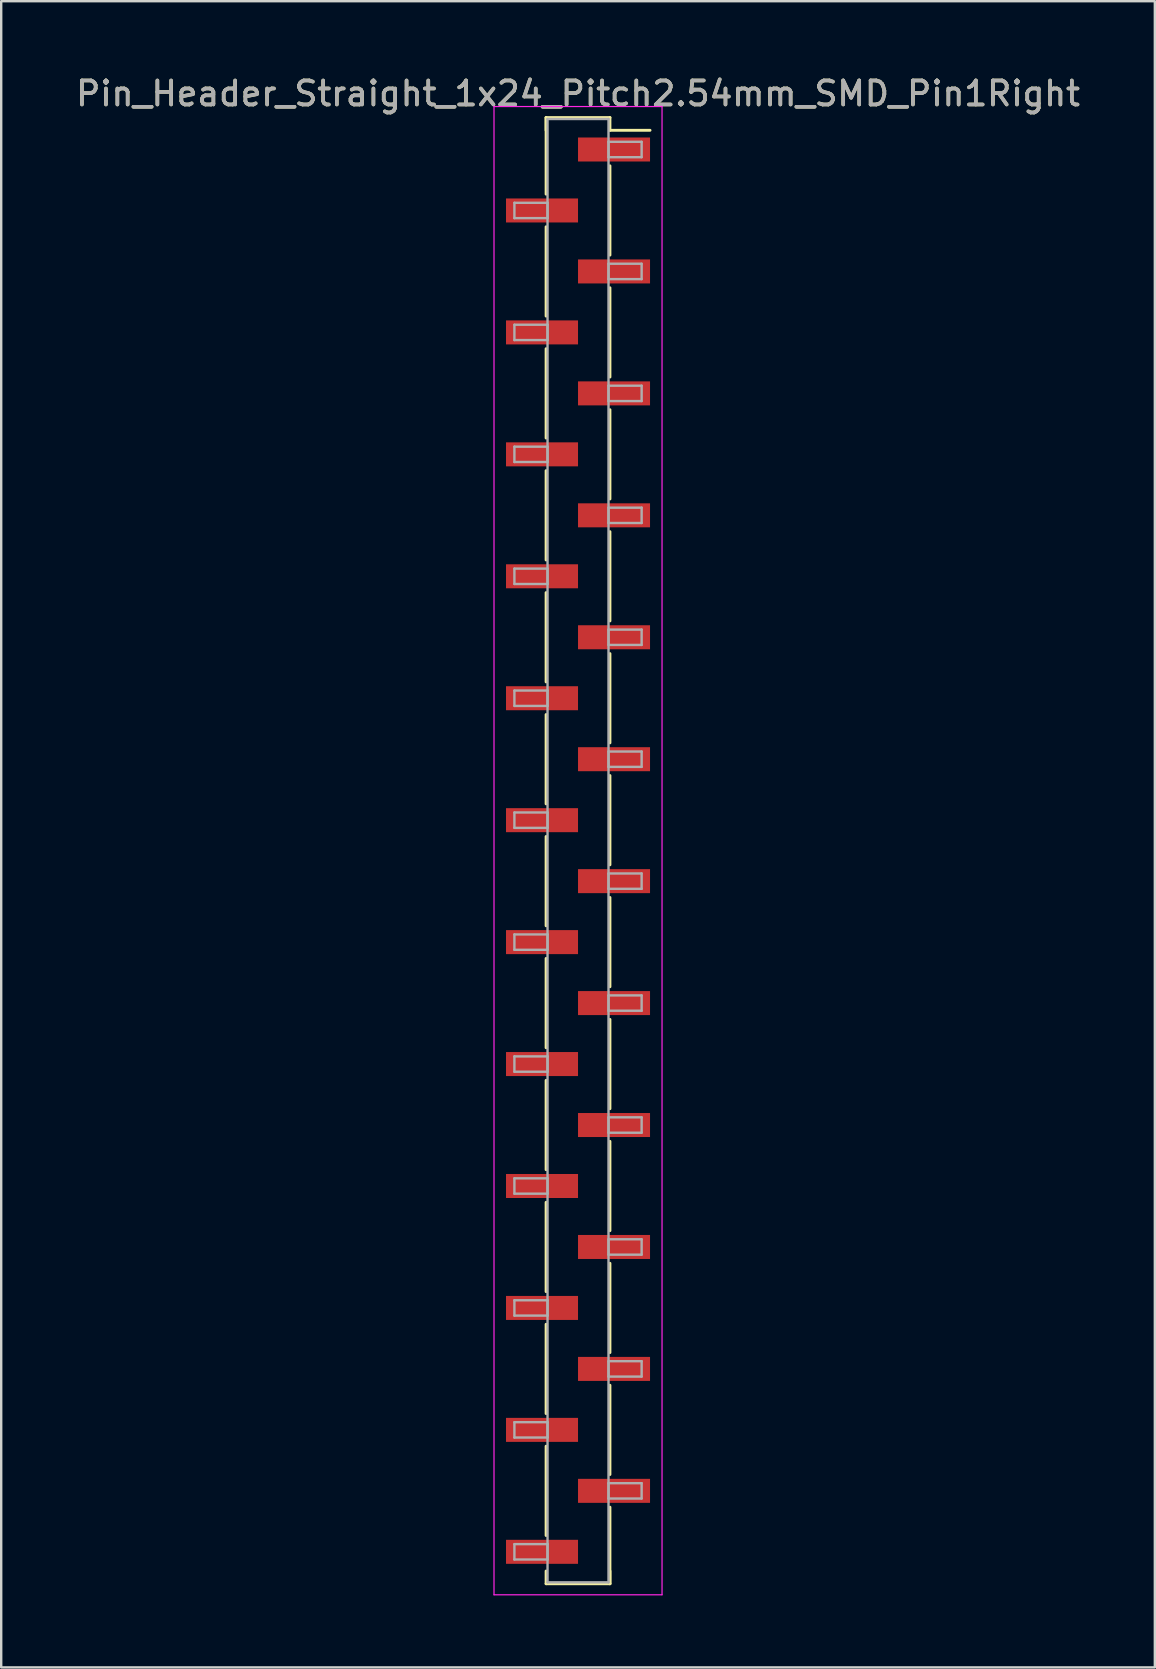
<source format=kicad_pcb>
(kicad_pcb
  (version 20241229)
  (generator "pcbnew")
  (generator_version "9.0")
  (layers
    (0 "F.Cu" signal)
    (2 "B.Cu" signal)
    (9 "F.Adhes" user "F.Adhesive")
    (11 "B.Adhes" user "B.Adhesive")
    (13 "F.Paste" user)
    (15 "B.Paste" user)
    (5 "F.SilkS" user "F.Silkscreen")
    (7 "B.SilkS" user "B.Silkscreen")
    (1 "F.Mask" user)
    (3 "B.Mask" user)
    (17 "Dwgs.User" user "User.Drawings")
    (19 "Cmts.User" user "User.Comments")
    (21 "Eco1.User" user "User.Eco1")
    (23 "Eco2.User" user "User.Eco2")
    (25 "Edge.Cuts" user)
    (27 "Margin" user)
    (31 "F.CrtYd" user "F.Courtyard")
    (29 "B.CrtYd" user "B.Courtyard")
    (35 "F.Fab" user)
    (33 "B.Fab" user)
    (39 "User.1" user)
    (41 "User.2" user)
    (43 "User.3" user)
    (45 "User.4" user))
  (footprint "Pin_Header_Straight_1x24_Pitch2.54mm_SMD_Pin1Right"
    (layer "F.Cu")
    (at 21.03 32.388)
    (property "Reference" "Pin_Header_Straight_1x24_Pitch2.54mm_SMD_Pin1Right" (at 0 -31.54 0) (layer "F.SilkS") (effects (font (size 1 1) (thickness 0.15))))
    (attr smd)
    (fp_line (start -1.33 -30.54) (end -1.33 -27.35) (stroke (width 0.12) (type solid)) (layer "F.SilkS"))
    (fp_line (start -1.33 -30.54) (end 1.33 -30.54) (stroke (width 0.12) (type solid)) (layer "F.SilkS"))
    (fp_line (start -1.33 -30.01) (end -1.33 -30.54) (stroke (width 0.12) (type solid)) (layer "F.SilkS"))
    (fp_line (start -1.33 -25.99) (end -1.33 -22.27) (stroke (width 0.12) (type solid)) (layer "F.SilkS"))
    (fp_line (start -1.33 -20.91) (end -1.33 -17.19) (stroke (width 0.12) (type solid)) (layer "F.SilkS"))
    (fp_line (start -1.33 -15.83) (end -1.33 -12.11) (stroke (width 0.12) (type solid)) (layer "F.SilkS"))
    (fp_line (start -1.33 -10.75) (end -1.33 -7.03) (stroke (width 0.12) (type solid)) (layer "F.SilkS"))
    (fp_line (start -1.33 -5.67) (end -1.33 -1.95) (stroke (width 0.12) (type solid)) (layer "F.SilkS"))
    (fp_line (start -1.33 -0.59) (end -1.33 3.13) (stroke (width 0.12) (type solid)) (layer "F.SilkS"))
    (fp_line (start -1.33 4.49) (end -1.33 8.21) (stroke (width 0.12) (type solid)) (layer "F.SilkS"))
    (fp_line (start -1.33 9.57) (end -1.33 13.29) (stroke (width 0.12) (type solid)) (layer "F.SilkS"))
    (fp_line (start -1.33 14.65) (end -1.33 18.37) (stroke (width 0.12) (type solid)) (layer "F.SilkS"))
    (fp_line (start -1.33 19.73) (end -1.33 23.45) (stroke (width 0.12) (type solid)) (layer "F.SilkS"))
    (fp_line (start -1.33 24.81) (end -1.33 28.53) (stroke (width 0.12) (type solid)) (layer "F.SilkS"))
    (fp_line (start -1.33 30.01) (end -1.33 30.54) (stroke (width 0.12) (type solid)) (layer "F.SilkS"))
    (fp_line (start -1.33 30.54) (end 1.33 30.54) (stroke (width 0.12) (type solid)) (layer "F.SilkS"))
    (fp_line (start 1.33 -30.54) (end 1.33 -30.01) (stroke (width 0.12) (type solid)) (layer "F.SilkS"))
    (fp_line (start 1.33 -30.01) (end 3 -30.01) (stroke (width 0.12) (type solid)) (layer "F.SilkS"))
    (fp_line (start 1.33 -28.53) (end 1.33 -24.81) (stroke (width 0.12) (type solid)) (layer "F.SilkS"))
    (fp_line (start 1.33 -23.45) (end 1.33 -19.73) (stroke (width 0.12) (type solid)) (layer "F.SilkS"))
    (fp_line (start 1.33 -18.37) (end 1.33 -14.65) (stroke (width 0.12) (type solid)) (layer "F.SilkS"))
    (fp_line (start 1.33 -13.29) (end 1.33 -9.57) (stroke (width 0.12) (type solid)) (layer "F.SilkS"))
    (fp_line (start 1.33 -8.21) (end 1.33 -4.49) (stroke (width 0.12) (type solid)) (layer "F.SilkS"))
    (fp_line (start 1.33 -3.13) (end 1.33 0.59) (stroke (width 0.12) (type solid)) (layer "F.SilkS"))
    (fp_line (start 1.33 1.95) (end 1.33 5.67) (stroke (width 0.12) (type solid)) (layer "F.SilkS"))
    (fp_line (start 1.33 7.03) (end 1.33 10.75) (stroke (width 0.12) (type solid)) (layer "F.SilkS"))
    (fp_line (start 1.33 12.11) (end 1.33 15.83) (stroke (width 0.12) (type solid)) (layer "F.SilkS"))
    (fp_line (start 1.33 17.19) (end 1.33 20.91) (stroke (width 0.12) (type solid)) (layer "F.SilkS"))
    (fp_line (start 1.33 22.27) (end 1.33 25.99) (stroke (width 0.12) (type solid)) (layer "F.SilkS"))
    (fp_line (start 1.33 27.35) (end 1.33 30.54) (stroke (width 0.12) (type solid)) (layer "F.SilkS"))
    (fp_line (start 1.33 30.54) (end 1.33 30.01) (stroke (width 0.12) (type solid)) (layer "F.SilkS"))
    (fp_line (start -3.5 -31) (end -3.5 31) (stroke (width 0.05) (type solid)) (layer "F.CrtYd"))
    (fp_line (start -3.5 31) (end 3.5 31) (stroke (width 0.05) (type solid)) (layer "F.CrtYd"))
    (fp_line (start 3.5 -31) (end -3.5 -31) (stroke (width 0.05) (type solid)) (layer "F.CrtYd"))
    (fp_line (start 3.5 31) (end 3.5 -31) (stroke (width 0.05) (type solid)) (layer "F.CrtYd"))
    (fp_line (start -2.65 -26.99) (end -1.27 -26.99) (stroke (width 0.1) (type solid)) (layer "F.Fab"))
    (fp_line (start -2.65 -26.35) (end -2.65 -26.99) (stroke (width 0.1) (type solid)) (layer "F.Fab"))
    (fp_line (start -2.65 -21.91) (end -1.27 -21.91) (stroke (width 0.1) (type solid)) (layer "F.Fab"))
    (fp_line (start -2.65 -21.27) (end -2.65 -21.91) (stroke (width 0.1) (type solid)) (layer "F.Fab"))
    (fp_line (start -2.65 -16.83) (end -1.27 -16.83) (stroke (width 0.1) (type solid)) (layer "F.Fab"))
    (fp_line (start -2.65 -16.19) (end -2.65 -16.83) (stroke (width 0.1) (type solid)) (layer "F.Fab"))
    (fp_line (start -2.65 -11.75) (end -1.27 -11.75) (stroke (width 0.1) (type solid)) (layer "F.Fab"))
    (fp_line (start -2.65 -11.11) (end -2.65 -11.75) (stroke (width 0.1) (type solid)) (layer "F.Fab"))
    (fp_line (start -2.65 -6.67) (end -1.27 -6.67) (stroke (width 0.1) (type solid)) (layer "F.Fab"))
    (fp_line (start -2.65 -6.03) (end -2.65 -6.67) (stroke (width 0.1) (type solid)) (layer "F.Fab"))
    (fp_line (start -2.65 -1.59) (end -1.27 -1.59) (stroke (width 0.1) (type solid)) (layer "F.Fab"))
    (fp_line (start -2.65 -0.95) (end -2.65 -1.59) (stroke (width 0.1) (type solid)) (layer "F.Fab"))
    (fp_line (start -2.65 3.49) (end -1.27 3.49) (stroke (width 0.1) (type solid)) (layer "F.Fab"))
    (fp_line (start -2.65 4.13) (end -2.65 3.49) (stroke (width 0.1) (type solid)) (layer "F.Fab"))
    (fp_line (start -2.65 8.57) (end -1.27 8.57) (stroke (width 0.1) (type solid)) (layer "F.Fab"))
    (fp_line (start -2.65 9.21) (end -2.65 8.57) (stroke (width 0.1) (type solid)) (layer "F.Fab"))
    (fp_line (start -2.65 13.65) (end -1.27 13.65) (stroke (width 0.1) (type solid)) (layer "F.Fab"))
    (fp_line (start -2.65 14.29) (end -2.65 13.65) (stroke (width 0.1) (type solid)) (layer "F.Fab"))
    (fp_line (start -2.65 18.73) (end -1.27 18.73) (stroke (width 0.1) (type solid)) (layer "F.Fab"))
    (fp_line (start -2.65 19.37) (end -2.65 18.73) (stroke (width 0.1) (type solid)) (layer "F.Fab"))
    (fp_line (start -2.65 23.81) (end -1.27 23.81) (stroke (width 0.1) (type solid)) (layer "F.Fab"))
    (fp_line (start -2.65 24.45) (end -2.65 23.81) (stroke (width 0.1) (type solid)) (layer "F.Fab"))
    (fp_line (start -2.65 28.89) (end -1.27 28.89) (stroke (width 0.1) (type solid)) (layer "F.Fab"))
    (fp_line (start -2.65 29.53) (end -2.65 28.89) (stroke (width 0.1) (type solid)) (layer "F.Fab"))
    (fp_line (start -1.27 -30.48) (end -1.27 30.48) (stroke (width 0.1) (type solid)) (layer "F.Fab"))
    (fp_line (start -1.27 -26.99) (end -1.27 -26.35) (stroke (width 0.1) (type solid)) (layer "F.Fab"))
    (fp_line (start -1.27 -26.35) (end -2.65 -26.35) (stroke (width 0.1) (type solid)) (layer "F.Fab"))
    (fp_line (start -1.27 -21.91) (end -1.27 -21.27) (stroke (width 0.1) (type solid)) (layer "F.Fab"))
    (fp_line (start -1.27 -21.27) (end -2.65 -21.27) (stroke (width 0.1) (type solid)) (layer "F.Fab"))
    (fp_line (start -1.27 -16.83) (end -1.27 -16.19) (stroke (width 0.1) (type solid)) (layer "F.Fab"))
    (fp_line (start -1.27 -16.19) (end -2.65 -16.19) (stroke (width 0.1) (type solid)) (layer "F.Fab"))
    (fp_line (start -1.27 -11.75) (end -1.27 -11.11) (stroke (width 0.1) (type solid)) (layer "F.Fab"))
    (fp_line (start -1.27 -11.11) (end -2.65 -11.11) (stroke (width 0.1) (type solid)) (layer "F.Fab"))
    (fp_line (start -1.27 -6.67) (end -1.27 -6.03) (stroke (width 0.1) (type solid)) (layer "F.Fab"))
    (fp_line (start -1.27 -6.03) (end -2.65 -6.03) (stroke (width 0.1) (type solid)) (layer "F.Fab"))
    (fp_line (start -1.27 -1.59) (end -1.27 -0.95) (stroke (width 0.1) (type solid)) (layer "F.Fab"))
    (fp_line (start -1.27 -0.95) (end -2.65 -0.95) (stroke (width 0.1) (type solid)) (layer "F.Fab"))
    (fp_line (start -1.27 3.49) (end -1.27 4.13) (stroke (width 0.1) (type solid)) (layer "F.Fab"))
    (fp_line (start -1.27 4.13) (end -2.65 4.13) (stroke (width 0.1) (type solid)) (layer "F.Fab"))
    (fp_line (start -1.27 8.57) (end -1.27 9.21) (stroke (width 0.1) (type solid)) (layer "F.Fab"))
    (fp_line (start -1.27 9.21) (end -2.65 9.21) (stroke (width 0.1) (type solid)) (layer "F.Fab"))
    (fp_line (start -1.27 13.65) (end -1.27 14.29) (stroke (width 0.1) (type solid)) (layer "F.Fab"))
    (fp_line (start -1.27 14.29) (end -2.65 14.29) (stroke (width 0.1) (type solid)) (layer "F.Fab"))
    (fp_line (start -1.27 18.73) (end -1.27 19.37) (stroke (width 0.1) (type solid)) (layer "F.Fab"))
    (fp_line (start -1.27 19.37) (end -2.65 19.37) (stroke (width 0.1) (type solid)) (layer "F.Fab"))
    (fp_line (start -1.27 23.81) (end -1.27 24.45) (stroke (width 0.1) (type solid)) (layer "F.Fab"))
    (fp_line (start -1.27 24.45) (end -2.65 24.45) (stroke (width 0.1) (type solid)) (layer "F.Fab"))
    (fp_line (start -1.27 28.89) (end -1.27 29.53) (stroke (width 0.1) (type solid)) (layer "F.Fab"))
    (fp_line (start -1.27 29.53) (end -2.65 29.53) (stroke (width 0.1) (type solid)) (layer "F.Fab"))
    (fp_line (start -1.27 30.48) (end 1.27 30.48) (stroke (width 0.1) (type solid)) (layer "F.Fab"))
    (fp_line (start 1.27 -30.48) (end -1.27 -30.48) (stroke (width 0.1) (type solid)) (layer "F.Fab"))
    (fp_line (start 1.27 -29.53) (end 1.27 -28.89) (stroke (width 0.1) (type solid)) (layer "F.Fab"))
    (fp_line (start 1.27 -28.89) (end 2.65 -28.89) (stroke (width 0.1) (type solid)) (layer "F.Fab"))
    (fp_line (start 1.27 -24.45) (end 1.27 -23.81) (stroke (width 0.1) (type solid)) (layer "F.Fab"))
    (fp_line (start 1.27 -23.81) (end 2.65 -23.81) (stroke (width 0.1) (type solid)) (layer "F.Fab"))
    (fp_line (start 1.27 -19.37) (end 1.27 -18.73) (stroke (width 0.1) (type solid)) (layer "F.Fab"))
    (fp_line (start 1.27 -18.73) (end 2.65 -18.73) (stroke (width 0.1) (type solid)) (layer "F.Fab"))
    (fp_line (start 1.27 -14.29) (end 1.27 -13.65) (stroke (width 0.1) (type solid)) (layer "F.Fab"))
    (fp_line (start 1.27 -13.65) (end 2.65 -13.65) (stroke (width 0.1) (type solid)) (layer "F.Fab"))
    (fp_line (start 1.27 -9.21) (end 1.27 -8.57) (stroke (width 0.1) (type solid)) (layer "F.Fab"))
    (fp_line (start 1.27 -8.57) (end 2.65 -8.57) (stroke (width 0.1) (type solid)) (layer "F.Fab"))
    (fp_line (start 1.27 -4.13) (end 1.27 -3.49) (stroke (width 0.1) (type solid)) (layer "F.Fab"))
    (fp_line (start 1.27 -3.49) (end 2.65 -3.49) (stroke (width 0.1) (type solid)) (layer "F.Fab"))
    (fp_line (start 1.27 0.95) (end 1.27 1.59) (stroke (width 0.1) (type solid)) (layer "F.Fab"))
    (fp_line (start 1.27 1.59) (end 2.65 1.59) (stroke (width 0.1) (type solid)) (layer "F.Fab"))
    (fp_line (start 1.27 6.03) (end 1.27 6.67) (stroke (width 0.1) (type solid)) (layer "F.Fab"))
    (fp_line (start 1.27 6.67) (end 2.65 6.67) (stroke (width 0.1) (type solid)) (layer "F.Fab"))
    (fp_line (start 1.27 11.11) (end 1.27 11.75) (stroke (width 0.1) (type solid)) (layer "F.Fab"))
    (fp_line (start 1.27 11.75) (end 2.65 11.75) (stroke (width 0.1) (type solid)) (layer "F.Fab"))
    (fp_line (start 1.27 16.19) (end 1.27 16.83) (stroke (width 0.1) (type solid)) (layer "F.Fab"))
    (fp_line (start 1.27 16.83) (end 2.65 16.83) (stroke (width 0.1) (type solid)) (layer "F.Fab"))
    (fp_line (start 1.27 21.27) (end 1.27 21.91) (stroke (width 0.1) (type solid)) (layer "F.Fab"))
    (fp_line (start 1.27 21.91) (end 2.65 21.91) (stroke (width 0.1) (type solid)) (layer "F.Fab"))
    (fp_line (start 1.27 26.35) (end 1.27 26.99) (stroke (width 0.1) (type solid)) (layer "F.Fab"))
    (fp_line (start 1.27 26.99) (end 2.65 26.99) (stroke (width 0.1) (type solid)) (layer "F.Fab"))
    (fp_line (start 1.27 30.48) (end 1.27 -30.48) (stroke (width 0.1) (type solid)) (layer "F.Fab"))
    (fp_line (start 2.65 -29.53) (end 1.27 -29.53) (stroke (width 0.1) (type solid)) (layer "F.Fab"))
    (fp_line (start 2.65 -28.89) (end 2.65 -29.53) (stroke (width 0.1) (type solid)) (layer "F.Fab"))
    (fp_line (start 2.65 -24.45) (end 1.27 -24.45) (stroke (width 0.1) (type solid)) (layer "F.Fab"))
    (fp_line (start 2.65 -23.81) (end 2.65 -24.45) (stroke (width 0.1) (type solid)) (layer "F.Fab"))
    (fp_line (start 2.65 -19.37) (end 1.27 -19.37) (stroke (width 0.1) (type solid)) (layer "F.Fab"))
    (fp_line (start 2.65 -18.73) (end 2.65 -19.37) (stroke (width 0.1) (type solid)) (layer "F.Fab"))
    (fp_line (start 2.65 -14.29) (end 1.27 -14.29) (stroke (width 0.1) (type solid)) (layer "F.Fab"))
    (fp_line (start 2.65 -13.65) (end 2.65 -14.29) (stroke (width 0.1) (type solid)) (layer "F.Fab"))
    (fp_line (start 2.65 -9.21) (end 1.27 -9.21) (stroke (width 0.1) (type solid)) (layer "F.Fab"))
    (fp_line (start 2.65 -8.57) (end 2.65 -9.21) (stroke (width 0.1) (type solid)) (layer "F.Fab"))
    (fp_line (start 2.65 -4.13) (end 1.27 -4.13) (stroke (width 0.1) (type solid)) (layer "F.Fab"))
    (fp_line (start 2.65 -3.49) (end 2.65 -4.13) (stroke (width 0.1) (type solid)) (layer "F.Fab"))
    (fp_line (start 2.65 0.95) (end 1.27 0.95) (stroke (width 0.1) (type solid)) (layer "F.Fab"))
    (fp_line (start 2.65 1.59) (end 2.65 0.95) (stroke (width 0.1) (type solid)) (layer "F.Fab"))
    (fp_line (start 2.65 6.03) (end 1.27 6.03) (stroke (width 0.1) (type solid)) (layer "F.Fab"))
    (fp_line (start 2.65 6.67) (end 2.65 6.03) (stroke (width 0.1) (type solid)) (layer "F.Fab"))
    (fp_line (start 2.65 11.11) (end 1.27 11.11) (stroke (width 0.1) (type solid)) (layer "F.Fab"))
    (fp_line (start 2.65 11.75) (end 2.65 11.11) (stroke (width 0.1) (type solid)) (layer "F.Fab"))
    (fp_line (start 2.65 16.19) (end 1.27 16.19) (stroke (width 0.1) (type solid)) (layer "F.Fab"))
    (fp_line (start 2.65 16.83) (end 2.65 16.19) (stroke (width 0.1) (type solid)) (layer "F.Fab"))
    (fp_line (start 2.65 21.27) (end 1.27 21.27) (stroke (width 0.1) (type solid)) (layer "F.Fab"))
    (fp_line (start 2.65 21.91) (end 2.65 21.27) (stroke (width 0.1) (type solid)) (layer "F.Fab"))
    (fp_line (start 2.65 26.35) (end 1.27 26.35) (stroke (width 0.1) (type solid)) (layer "F.Fab"))
    (fp_line (start 2.65 26.99) (end 2.65 26.35) (stroke (width 0.1) (type solid)) (layer "F.Fab"))
    (fp_text user "${REFERENCE}" (at 0 -31.54 0) (layer "F.Fab") (effects (font (size 1 1) (thickness 0.15))))
    (pad "1" smd rect (at 1.5 -29.21) (size 3 1) (layers "F.Cu" "F.Mask" "F.Paste"))
    (pad "2" smd rect (at -1.5 -26.67) (size 3 1) (layers "F.Cu" "F.Mask" "F.Paste"))
    (pad "3" smd rect (at 1.5 -24.13) (size 3 1) (layers "F.Cu" "F.Mask" "F.Paste"))
    (pad "4" smd rect (at -1.5 -21.59) (size 3 1) (layers "F.Cu" "F.Mask" "F.Paste"))
    (pad "5" smd rect (at 1.5 -19.05) (size 3 1) (layers "F.Cu" "F.Mask" "F.Paste"))
    (pad "6" smd rect (at -1.5 -16.51) (size 3 1) (layers "F.Cu" "F.Mask" "F.Paste"))
    (pad "7" smd rect (at 1.5 -13.97) (size 3 1) (layers "F.Cu" "F.Mask" "F.Paste"))
    (pad "8" smd rect (at -1.5 -11.43) (size 3 1) (layers "F.Cu" "F.Mask" "F.Paste"))
    (pad "9" smd rect (at 1.5 -8.89) (size 3 1) (layers "F.Cu" "F.Mask" "F.Paste"))
    (pad "10" smd rect (at -1.5 -6.35) (size 3 1) (layers "F.Cu" "F.Mask" "F.Paste"))
    (pad "11" smd rect (at 1.5 -3.81) (size 3 1) (layers "F.Cu" "F.Mask" "F.Paste"))
    (pad "12" smd rect (at -1.5 -1.27) (size 3 1) (layers "F.Cu" "F.Mask" "F.Paste"))
    (pad "13" smd rect (at 1.5 1.27) (size 3 1) (layers "F.Cu" "F.Mask" "F.Paste"))
    (pad "14" smd rect (at -1.5 3.81) (size 3 1) (layers "F.Cu" "F.Mask" "F.Paste"))
    (pad "15" smd rect (at 1.5 6.35) (size 3 1) (layers "F.Cu" "F.Mask" "F.Paste"))
    (pad "16" smd rect (at -1.5 8.89) (size 3 1) (layers "F.Cu" "F.Mask" "F.Paste"))
    (pad "17" smd rect (at 1.5 11.43) (size 3 1) (layers "F.Cu" "F.Mask" "F.Paste"))
    (pad "18" smd rect (at -1.5 13.97) (size 3 1) (layers "F.Cu" "F.Mask" "F.Paste"))
    (pad "19" smd rect (at 1.5 16.51) (size 3 1) (layers "F.Cu" "F.Mask" "F.Paste"))
    (pad "20" smd rect (at -1.5 19.05) (size 3 1) (layers "F.Cu" "F.Mask" "F.Paste"))
    (pad "21" smd rect (at 1.5 21.59) (size 3 1) (layers "F.Cu" "F.Mask" "F.Paste"))
    (pad "22" smd rect (at -1.5 24.13) (size 3 1) (layers "F.Cu" "F.Mask" "F.Paste"))
    (pad "23" smd rect (at 1.5 26.67) (size 3 1) (layers "F.Cu" "F.Mask" "F.Paste"))
    (pad "24" smd rect (at -1.5 29.21) (size 3 1) (layers "F.Cu" "F.Mask" "F.Paste")))
  (gr_rect
    (start -3 -3)
    (end 45.06 66.413)
    (stroke (width 0.1) (type default))
    (fill no)
    (layer "Edge.Cuts")))
</source>
